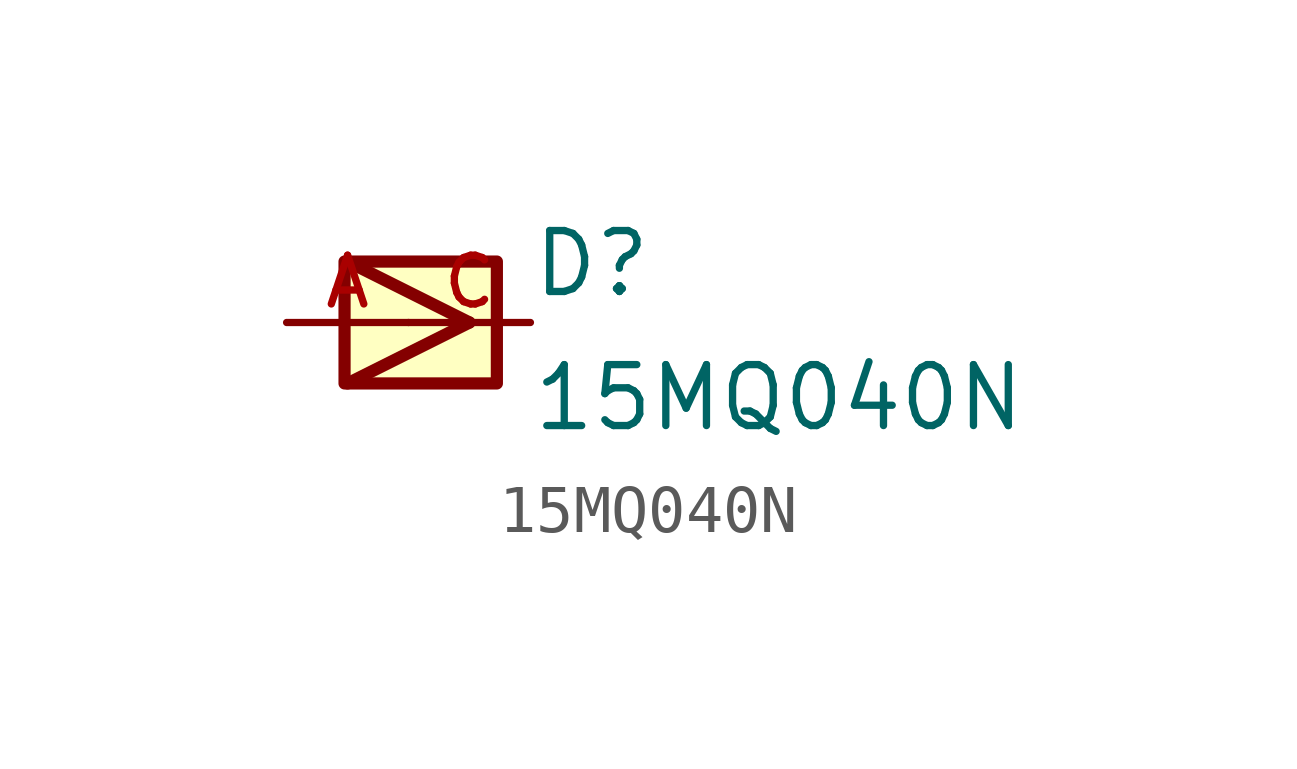
<source format=kicad_sym>
(kicad_symbol_lib
  (version 20211014)
  (generator kicad_symbol_editor)
  (symbol "15MQ040N"
    (pin_names
      (offset 1.016))
    (property "Reference" "D"
      (at 2.54 0.483 0)
      (effects (font (size 1.27 1.27)) (justify bottom left)))
    (property "Value" "15MQ040N"
      (at 2.54 -2.311 0)
      (effects (font (size 1.27 1.27)) (justify bottom left)))
    (symbol "15MQ040N_0_0"
      (polyline (pts (xy -1.27 -1.27) (xy 1.27 0.0)) (stroke (width 0.254)))
      (polyline (pts (xy 1.27 0.0) (xy -1.27 1.27)) (stroke (width 0.254)))
      (rectangle (start -1.333 -1.27) (end 1.841 1.27) (stroke (width 0.254)) (fill (type background)))
      (pin passive line (at -2.54 0.0 0) (length 2.54) (name "~" (effects (font (size 1.016 1.016)))) (number "A" (effects (font (size 1.016 1.016)))))
      (pin passive line (at 2.54 0.0 180.0) (length 2.54) (name "~" (effects (font (size 1.016 1.016)))) (number "C" (effects (font (size 1.016 1.016))))))))
</source>
